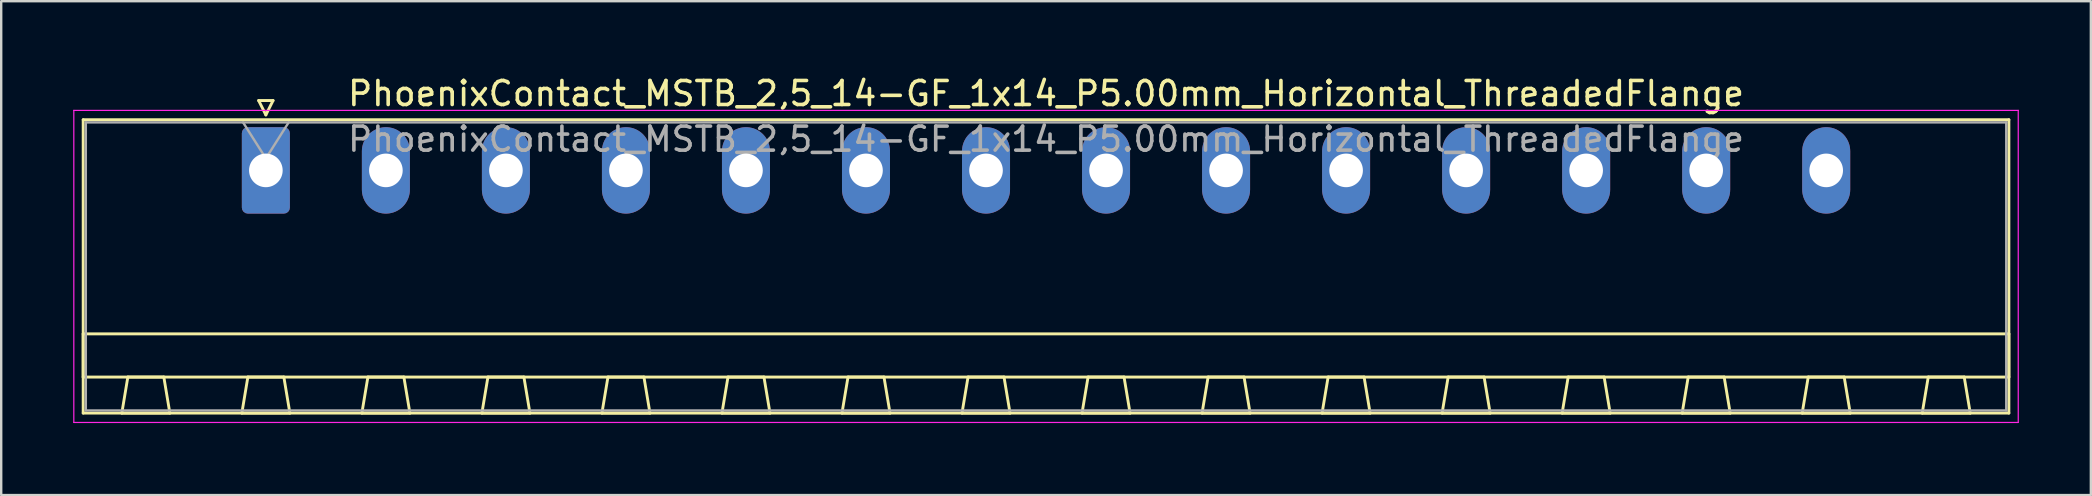
<source format=kicad_pcb>
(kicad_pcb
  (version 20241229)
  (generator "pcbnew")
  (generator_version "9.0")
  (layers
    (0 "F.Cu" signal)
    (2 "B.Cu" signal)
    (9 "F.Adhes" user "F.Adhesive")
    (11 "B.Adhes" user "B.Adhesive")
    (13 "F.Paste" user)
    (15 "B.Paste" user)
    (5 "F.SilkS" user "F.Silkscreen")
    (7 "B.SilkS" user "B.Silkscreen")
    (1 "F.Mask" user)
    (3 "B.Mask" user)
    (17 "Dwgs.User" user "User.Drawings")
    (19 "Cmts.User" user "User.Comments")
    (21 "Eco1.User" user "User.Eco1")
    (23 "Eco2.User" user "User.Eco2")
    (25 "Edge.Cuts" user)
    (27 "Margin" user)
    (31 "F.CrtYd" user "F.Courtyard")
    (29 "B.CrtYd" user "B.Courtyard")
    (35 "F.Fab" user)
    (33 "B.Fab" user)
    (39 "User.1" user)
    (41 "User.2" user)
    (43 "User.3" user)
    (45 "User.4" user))
  (footprint "PhoenixContact_MSTB_2,5_14-GF_1x14_P5.00mm_Horizontal_ThreadedFlange"
    (layer "F.Cu")
    (at 8.025 4.048)
    (property "Reference" "PhoenixContact_MSTB_2,5_14-GF_1x14_P5.00mm_Horizontal_ThreadedFlange" (at 32.5 -3.2 0) (layer "F.SilkS") (effects (font (size 1 1) (thickness 0.15))))
    (attr through_hole)
    (fp_line (start -7.61 -2.11) (end -7.61 10.11) (stroke (width 0.12) (type solid)) (layer "F.SilkS"))
    (fp_line (start -7.61 6.81) (end 72.61 6.81) (stroke (width 0.12) (type solid)) (layer "F.SilkS"))
    (fp_line (start -7.61 8.61) (end -7.61 6.81) (stroke (width 0.12) (type solid)) (layer "F.SilkS"))
    (fp_line (start -7.61 10.11) (end 72.61 10.11) (stroke (width 0.12) (type solid)) (layer "F.SilkS"))
    (fp_line (start -6 10.11) (end -4 10.11) (stroke (width 0.12) (type solid)) (layer "F.SilkS"))
    (fp_line (start -5.75 8.61) (end -6 10.11) (stroke (width 0.12) (type solid)) (layer "F.SilkS"))
    (fp_line (start -4.25 8.61) (end -5.75 8.61) (stroke (width 0.12) (type solid)) (layer "F.SilkS"))
    (fp_line (start -4 10.11) (end -4.25 8.61) (stroke (width 0.12) (type solid)) (layer "F.SilkS"))
    (fp_line (start -1 10.11) (end 1 10.11) (stroke (width 0.12) (type solid)) (layer "F.SilkS"))
    (fp_line (start -0.75 8.61) (end -1 10.11) (stroke (width 0.12) (type solid)) (layer "F.SilkS"))
    (fp_line (start -0.3 -2.91) (end 0.3 -2.91) (stroke (width 0.12) (type solid)) (layer "F.SilkS"))
    (fp_line (start 0 -2.31) (end -0.3 -2.91) (stroke (width 0.12) (type solid)) (layer "F.SilkS"))
    (fp_line (start 0.3 -2.91) (end 0 -2.31) (stroke (width 0.12) (type solid)) (layer "F.SilkS"))
    (fp_line (start 0.75 8.61) (end -0.75 8.61) (stroke (width 0.12) (type solid)) (layer "F.SilkS"))
    (fp_line (start 1 10.11) (end 0.75 8.61) (stroke (width 0.12) (type solid)) (layer "F.SilkS"))
    (fp_line (start 4 10.11) (end 6 10.11) (stroke (width 0.12) (type solid)) (layer "F.SilkS"))
    (fp_line (start 4.25 8.61) (end 4 10.11) (stroke (width 0.12) (type solid)) (layer "F.SilkS"))
    (fp_line (start 5.75 8.61) (end 4.25 8.61) (stroke (width 0.12) (type solid)) (layer "F.SilkS"))
    (fp_line (start 6 10.11) (end 5.75 8.61) (stroke (width 0.12) (type solid)) (layer "F.SilkS"))
    (fp_line (start 9 10.11) (end 11 10.11) (stroke (width 0.12) (type solid)) (layer "F.SilkS"))
    (fp_line (start 9.25 8.61) (end 9 10.11) (stroke (width 0.12) (type solid)) (layer "F.SilkS"))
    (fp_line (start 10.75 8.61) (end 9.25 8.61) (stroke (width 0.12) (type solid)) (layer "F.SilkS"))
    (fp_line (start 11 10.11) (end 10.75 8.61) (stroke (width 0.12) (type solid)) (layer "F.SilkS"))
    (fp_line (start 14 10.11) (end 16 10.11) (stroke (width 0.12) (type solid)) (layer "F.SilkS"))
    (fp_line (start 14.25 8.61) (end 14 10.11) (stroke (width 0.12) (type solid)) (layer "F.SilkS"))
    (fp_line (start 15.75 8.61) (end 14.25 8.61) (stroke (width 0.12) (type solid)) (layer "F.SilkS"))
    (fp_line (start 16 10.11) (end 15.75 8.61) (stroke (width 0.12) (type solid)) (layer "F.SilkS"))
    (fp_line (start 19 10.11) (end 21 10.11) (stroke (width 0.12) (type solid)) (layer "F.SilkS"))
    (fp_line (start 19.25 8.61) (end 19 10.11) (stroke (width 0.12) (type solid)) (layer "F.SilkS"))
    (fp_line (start 20.75 8.61) (end 19.25 8.61) (stroke (width 0.12) (type solid)) (layer "F.SilkS"))
    (fp_line (start 21 10.11) (end 20.75 8.61) (stroke (width 0.12) (type solid)) (layer "F.SilkS"))
    (fp_line (start 24 10.11) (end 26 10.11) (stroke (width 0.12) (type solid)) (layer "F.SilkS"))
    (fp_line (start 24.25 8.61) (end 24 10.11) (stroke (width 0.12) (type solid)) (layer "F.SilkS"))
    (fp_line (start 25.75 8.61) (end 24.25 8.61) (stroke (width 0.12) (type solid)) (layer "F.SilkS"))
    (fp_line (start 26 10.11) (end 25.75 8.61) (stroke (width 0.12) (type solid)) (layer "F.SilkS"))
    (fp_line (start 29 10.11) (end 31 10.11) (stroke (width 0.12) (type solid)) (layer "F.SilkS"))
    (fp_line (start 29.25 8.61) (end 29 10.11) (stroke (width 0.12) (type solid)) (layer "F.SilkS"))
    (fp_line (start 30.75 8.61) (end 29.25 8.61) (stroke (width 0.12) (type solid)) (layer "F.SilkS"))
    (fp_line (start 31 10.11) (end 30.75 8.61) (stroke (width 0.12) (type solid)) (layer "F.SilkS"))
    (fp_line (start 34 10.11) (end 36 10.11) (stroke (width 0.12) (type solid)) (layer "F.SilkS"))
    (fp_line (start 34.25 8.61) (end 34 10.11) (stroke (width 0.12) (type solid)) (layer "F.SilkS"))
    (fp_line (start 35.75 8.61) (end 34.25 8.61) (stroke (width 0.12) (type solid)) (layer "F.SilkS"))
    (fp_line (start 36 10.11) (end 35.75 8.61) (stroke (width 0.12) (type solid)) (layer "F.SilkS"))
    (fp_line (start 39 10.11) (end 41 10.11) (stroke (width 0.12) (type solid)) (layer "F.SilkS"))
    (fp_line (start 39.25 8.61) (end 39 10.11) (stroke (width 0.12) (type solid)) (layer "F.SilkS"))
    (fp_line (start 40.75 8.61) (end 39.25 8.61) (stroke (width 0.12) (type solid)) (layer "F.SilkS"))
    (fp_line (start 41 10.11) (end 40.75 8.61) (stroke (width 0.12) (type solid)) (layer "F.SilkS"))
    (fp_line (start 44 10.11) (end 46 10.11) (stroke (width 0.12) (type solid)) (layer "F.SilkS"))
    (fp_line (start 44.25 8.61) (end 44 10.11) (stroke (width 0.12) (type solid)) (layer "F.SilkS"))
    (fp_line (start 45.75 8.61) (end 44.25 8.61) (stroke (width 0.12) (type solid)) (layer "F.SilkS"))
    (fp_line (start 46 10.11) (end 45.75 8.61) (stroke (width 0.12) (type solid)) (layer "F.SilkS"))
    (fp_line (start 49 10.11) (end 51 10.11) (stroke (width 0.12) (type solid)) (layer "F.SilkS"))
    (fp_line (start 49.25 8.61) (end 49 10.11) (stroke (width 0.12) (type solid)) (layer "F.SilkS"))
    (fp_line (start 50.75 8.61) (end 49.25 8.61) (stroke (width 0.12) (type solid)) (layer "F.SilkS"))
    (fp_line (start 51 10.11) (end 50.75 8.61) (stroke (width 0.12) (type solid)) (layer "F.SilkS"))
    (fp_line (start 54 10.11) (end 56 10.11) (stroke (width 0.12) (type solid)) (layer "F.SilkS"))
    (fp_line (start 54.25 8.61) (end 54 10.11) (stroke (width 0.12) (type solid)) (layer "F.SilkS"))
    (fp_line (start 55.75 8.61) (end 54.25 8.61) (stroke (width 0.12) (type solid)) (layer "F.SilkS"))
    (fp_line (start 56 10.11) (end 55.75 8.61) (stroke (width 0.12) (type solid)) (layer "F.SilkS"))
    (fp_line (start 59 10.11) (end 61 10.11) (stroke (width 0.12) (type solid)) (layer "F.SilkS"))
    (fp_line (start 59.25 8.61) (end 59 10.11) (stroke (width 0.12) (type solid)) (layer "F.SilkS"))
    (fp_line (start 60.75 8.61) (end 59.25 8.61) (stroke (width 0.12) (type solid)) (layer "F.SilkS"))
    (fp_line (start 61 10.11) (end 60.75 8.61) (stroke (width 0.12) (type solid)) (layer "F.SilkS"))
    (fp_line (start 64 10.11) (end 66 10.11) (stroke (width 0.12) (type solid)) (layer "F.SilkS"))
    (fp_line (start 64.25 8.61) (end 64 10.11) (stroke (width 0.12) (type solid)) (layer "F.SilkS"))
    (fp_line (start 65.75 8.61) (end 64.25 8.61) (stroke (width 0.12) (type solid)) (layer "F.SilkS"))
    (fp_line (start 66 10.11) (end 65.75 8.61) (stroke (width 0.12) (type solid)) (layer "F.SilkS"))
    (fp_line (start 69 10.11) (end 71 10.11) (stroke (width 0.12) (type solid)) (layer "F.SilkS"))
    (fp_line (start 69.25 8.61) (end 69 10.11) (stroke (width 0.12) (type solid)) (layer "F.SilkS"))
    (fp_line (start 70.75 8.61) (end 69.25 8.61) (stroke (width 0.12) (type solid)) (layer "F.SilkS"))
    (fp_line (start 71 10.11) (end 70.75 8.61) (stroke (width 0.12) (type solid)) (layer "F.SilkS"))
    (fp_line (start 72.61 -2.11) (end -7.61 -2.11) (stroke (width 0.12) (type solid)) (layer "F.SilkS"))
    (fp_line (start 72.61 6.81) (end 72.61 8.61) (stroke (width 0.12) (type solid)) (layer "F.SilkS"))
    (fp_line (start 72.61 8.61) (end -7.61 8.61) (stroke (width 0.12) (type solid)) (layer "F.SilkS"))
    (fp_line (start 72.61 10.11) (end 72.61 -2.11) (stroke (width 0.12) (type solid)) (layer "F.SilkS"))
    (fp_line (start -8 -2.5) (end -8 10.5) (stroke (width 0.05) (type solid)) (layer "F.CrtYd"))
    (fp_line (start -8 10.5) (end 73 10.5) (stroke (width 0.05) (type solid)) (layer "F.CrtYd"))
    (fp_line (start 73 -2.5) (end -8 -2.5) (stroke (width 0.05) (type solid)) (layer "F.CrtYd"))
    (fp_line (start 73 10.5) (end 73 -2.5) (stroke (width 0.05) (type solid)) (layer "F.CrtYd"))
    (fp_line (start -7.5 -2) (end -7.5 10) (stroke (width 0.1) (type solid)) (layer "F.Fab"))
    (fp_line (start -7.5 10) (end 72.5 10) (stroke (width 0.1) (type solid)) (layer "F.Fab"))
    (fp_line (start 0 -0.5) (end -0.95 -2) (stroke (width 0.1) (type solid)) (layer "F.Fab"))
    (fp_line (start 0.95 -2) (end 0 -0.5) (stroke (width 0.1) (type solid)) (layer "F.Fab"))
    (fp_line (start 72.5 -2) (end -7.5 -2) (stroke (width 0.1) (type solid)) (layer "F.Fab"))
    (fp_line (start 72.5 10) (end 72.5 -2) (stroke (width 0.1) (type solid)) (layer "F.Fab"))
    (fp_text user "${REFERENCE}" (at 32.5 -1.3 0) (layer "F.Fab") (effects (font (size 1 1) (thickness 0.15))))
    (pad "1" thru_hole roundrect (at 0 0) (size 2 3.6) (drill 1.4) (layers "*.Cu" "*.Mask") (roundrect_rratio 0.125))
    (pad "2" thru_hole oval (at 5 0) (size 2 3.6) (drill 1.4) (layers "*.Cu" "*.Mask"))
    (pad "3" thru_hole oval (at 10 0) (size 2 3.6) (drill 1.4) (layers "*.Cu" "*.Mask"))
    (pad "4" thru_hole oval (at 15 0) (size 2 3.6) (drill 1.4) (layers "*.Cu" "*.Mask"))
    (pad "5" thru_hole oval (at 20 0) (size 2 3.6) (drill 1.4) (layers "*.Cu" "*.Mask"))
    (pad "6" thru_hole oval (at 25 0) (size 2 3.6) (drill 1.4) (layers "*.Cu" "*.Mask"))
    (pad "7" thru_hole oval (at 30 0) (size 2 3.6) (drill 1.4) (layers "*.Cu" "*.Mask"))
    (pad "8" thru_hole oval (at 35 0) (size 2 3.6) (drill 1.4) (layers "*.Cu" "*.Mask"))
    (pad "9" thru_hole oval (at 40 0) (size 2 3.6) (drill 1.4) (layers "*.Cu" "*.Mask"))
    (pad "10" thru_hole oval (at 45 0) (size 2 3.6) (drill 1.4) (layers "*.Cu" "*.Mask"))
    (pad "11" thru_hole oval (at 50 0) (size 2 3.6) (drill 1.4) (layers "*.Cu" "*.Mask"))
    (pad "12" thru_hole oval (at 55 0) (size 2 3.6) (drill 1.4) (layers "*.Cu" "*.Mask"))
    (pad "13" thru_hole oval (at 60 0) (size 2 3.6) (drill 1.4) (layers "*.Cu" "*.Mask"))
    (pad "14" thru_hole oval (at 65 0) (size 2 3.6) (drill 1.4) (layers "*.Cu" "*.Mask")))
  (gr_rect
    (start -3 -3)
    (end 84.05 17.573)
    (stroke (width 0.1) (type default))
    (fill no)
    (layer "Edge.Cuts")))
</source>
